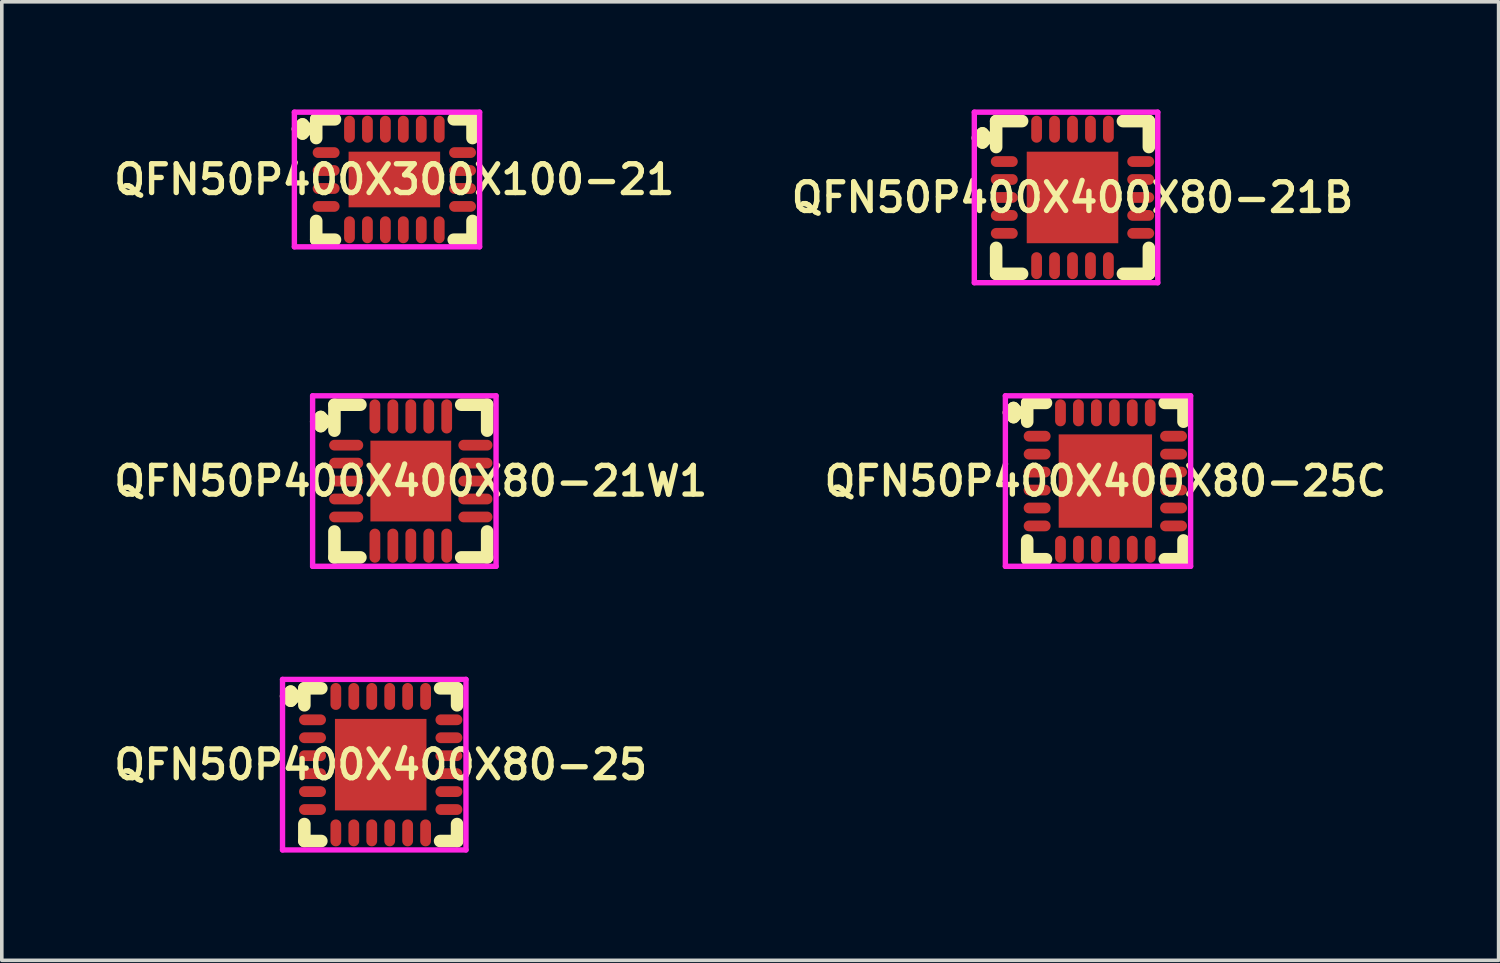
<source format=kicad_pcb>
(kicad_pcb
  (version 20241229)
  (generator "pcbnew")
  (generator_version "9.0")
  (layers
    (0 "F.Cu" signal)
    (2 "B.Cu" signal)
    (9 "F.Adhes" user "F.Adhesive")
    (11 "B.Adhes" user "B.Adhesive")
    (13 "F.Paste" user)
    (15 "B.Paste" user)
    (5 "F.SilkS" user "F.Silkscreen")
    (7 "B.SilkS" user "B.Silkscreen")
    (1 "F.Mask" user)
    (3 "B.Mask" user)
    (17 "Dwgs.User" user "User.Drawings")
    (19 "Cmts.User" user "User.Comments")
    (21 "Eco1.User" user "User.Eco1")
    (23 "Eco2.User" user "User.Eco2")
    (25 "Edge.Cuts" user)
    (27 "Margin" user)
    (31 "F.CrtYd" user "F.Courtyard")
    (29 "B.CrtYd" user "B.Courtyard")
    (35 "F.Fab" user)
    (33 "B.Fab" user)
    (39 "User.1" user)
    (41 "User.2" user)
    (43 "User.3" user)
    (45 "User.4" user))
  (footprint "QFN50P400X400X80-25"
    (layer "F.Cu")
    (at 7.555 18.25)
    (property "Reference" "QFN50P400X400X80-25" (at 0 0 0) (layer "F.SilkS") (effects (font (size 0.8 0.8) (thickness 0.15))))
    (attr smd)
    (fp_line (start -2.635 -1.908) (end -2.508 -2.035) (stroke (width 0.35) (type solid)) (layer "F.SilkS"))
    (fp_line (start -2.508 -2.035) (end -2.381 -1.908) (stroke (width 0.35) (type solid)) (layer "F.SilkS"))
    (fp_line (start -2.508 -1.781) (end -2.635 -1.908) (stroke (width 0.35) (type solid)) (layer "F.SilkS"))
    (fp_line (start -2.381 -1.908) (end -2.508 -1.781) (stroke (width 0.35) (type solid)) (layer "F.SilkS"))
    (fp_line (start -2.127 -2.127) (end -1.654 -2.127) (stroke (width 0.35) (type solid)) (layer "F.SilkS"))
    (fp_line (start -2.127 -1.654) (end -2.127 -2.127) (stroke (width 0.35) (type solid)) (layer "F.SilkS"))
    (fp_line (start -2.127 1.654) (end -2.127 2.127) (stroke (width 0.35) (type solid)) (layer "F.SilkS"))
    (fp_line (start -2.127 2.127) (end -1.654 2.127) (stroke (width 0.35) (type solid)) (layer "F.SilkS"))
    (fp_line (start 1.654 -2.127) (end 2.127 -2.127) (stroke (width 0.35) (type solid)) (layer "F.SilkS"))
    (fp_line (start 1.654 2.127) (end 2.127 2.127) (stroke (width 0.35) (type solid)) (layer "F.SilkS"))
    (fp_line (start 2.127 -2.127) (end 2.127 -1.654) (stroke (width 0.35) (type solid)) (layer "F.SilkS"))
    (fp_line (start 2.127 2.127) (end 2.127 1.654) (stroke (width 0.35) (type solid)) (layer "F.SilkS"))
    (fp_line (start -2.735 -2.375) (end 2.375 -2.375) (stroke (width 0.15) (type solid)) (layer "F.CrtYd"))
    (fp_line (start -2.735 2.375) (end -2.735 -2.375) (stroke (width 0.15) (type solid)) (layer "F.CrtYd"))
    (fp_line (start 2.375 -2.375) (end 2.375 2.375) (stroke (width 0.15) (type solid)) (layer "F.CrtYd"))
    (fp_line (start 2.375 2.375) (end -2.735 2.375) (stroke (width 0.15) (type solid)) (layer "F.CrtYd"))
    (pad "1" smd oval (at -1.9 -1.25) (size 0.75 0.3) (layers "F.Cu" "F.Mask" "F.Paste"))
    (pad "2" smd oval (at -1.9 -0.75) (size 0.75 0.3) (layers "F.Cu" "F.Mask" "F.Paste"))
    (pad "3" smd oval (at -1.9 -0.25) (size 0.75 0.3) (layers "F.Cu" "F.Mask" "F.Paste"))
    (pad "4" smd oval (at -1.9 0.25) (size 0.75 0.3) (layers "F.Cu" "F.Mask" "F.Paste"))
    (pad "5" smd oval (at -1.9 0.75) (size 0.75 0.3) (layers "F.Cu" "F.Mask" "F.Paste"))
    (pad "6" smd oval (at -1.9 1.25) (size 0.75 0.3) (layers "F.Cu" "F.Mask" "F.Paste"))
    (pad "7" smd oval (at -1.25 1.9) (size 0.3 0.75) (layers "F.Cu" "F.Mask" "F.Paste"))
    (pad "8" smd oval (at -0.75 1.9) (size 0.3 0.75) (layers "F.Cu" "F.Mask" "F.Paste"))
    (pad "9" smd oval (at -0.25 1.9) (size 0.3 0.75) (layers "F.Cu" "F.Mask" "F.Paste"))
    (pad "10" smd oval (at 0.25 1.9) (size 0.3 0.75) (layers "F.Cu" "F.Mask" "F.Paste"))
    (pad "11" smd oval (at 0.75 1.9) (size 0.3 0.75) (layers "F.Cu" "F.Mask" "F.Paste"))
    (pad "12" smd oval (at 1.25 1.9) (size 0.3 0.75) (layers "F.Cu" "F.Mask" "F.Paste"))
    (pad "13" smd oval (at 1.9 1.25) (size 0.75 0.3) (layers "F.Cu" "F.Mask" "F.Paste"))
    (pad "14" smd oval (at 1.9 0.75) (size 0.75 0.3) (layers "F.Cu" "F.Mask" "F.Paste"))
    (pad "15" smd oval (at 1.9 0.25) (size 0.75 0.3) (layers "F.Cu" "F.Mask" "F.Paste"))
    (pad "16" smd oval (at 1.9 -0.25) (size 0.75 0.3) (layers "F.Cu" "F.Mask" "F.Paste"))
    (pad "17" smd oval (at 1.9 -0.75) (size 0.75 0.3) (layers "F.Cu" "F.Mask" "F.Paste"))
    (pad "18" smd oval (at 1.9 -1.25) (size 0.75 0.3) (layers "F.Cu" "F.Mask" "F.Paste"))
    (pad "19" smd oval (at 1.25 -1.9) (size 0.3 0.75) (layers "F.Cu" "F.Mask" "F.Paste"))
    (pad "20" smd oval (at 0.75 -1.9) (size 0.3 0.75) (layers "F.Cu" "F.Mask" "F.Paste"))
    (pad "21" smd oval (at 0.25 -1.9) (size 0.3 0.75) (layers "F.Cu" "F.Mask" "F.Paste"))
    (pad "22" smd oval (at -0.25 -1.9) (size 0.3 0.75) (layers "F.Cu" "F.Mask" "F.Paste"))
    (pad "23" smd oval (at -0.75 -1.9) (size 0.3 0.75) (layers "F.Cu" "F.Mask" "F.Paste"))
    (pad "24" smd oval (at -1.25 -1.9) (size 0.3 0.75) (layers "F.Cu" "F.Mask" "F.Paste"))
    (pad "25" smd rect (at 0 0) (size 2.55 2.55) (layers "F.Cu" "F.Mask" "F.Paste")))
  (footprint "QFN50P400X400X80-25C"
    (layer "F.Cu")
    (at 27.74 10.35)
    (property "Reference" "QFN50P400X400X80-25C" (at 0 0 0) (layer "F.SilkS") (effects (font (size 0.8 0.8) (thickness 0.15))))
    (attr smd)
    (fp_line (start -2.685 -1.908) (end -2.558 -2.035) (stroke (width 0.35) (type solid)) (layer "F.SilkS"))
    (fp_line (start -2.558 -2.035) (end -2.431 -1.908) (stroke (width 0.35) (type solid)) (layer "F.SilkS"))
    (fp_line (start -2.558 -1.781) (end -2.685 -1.908) (stroke (width 0.35) (type solid)) (layer "F.SilkS"))
    (fp_line (start -2.431 -1.908) (end -2.558 -1.781) (stroke (width 0.35) (type solid)) (layer "F.SilkS"))
    (fp_line (start -2.177 -2.177) (end -1.654 -2.177) (stroke (width 0.35) (type solid)) (layer "F.SilkS"))
    (fp_line (start -2.177 -1.654) (end -2.177 -2.177) (stroke (width 0.35) (type solid)) (layer "F.SilkS"))
    (fp_line (start -2.177 1.654) (end -2.177 2.177) (stroke (width 0.35) (type solid)) (layer "F.SilkS"))
    (fp_line (start -2.177 2.177) (end -1.654 2.177) (stroke (width 0.35) (type solid)) (layer "F.SilkS"))
    (fp_line (start 1.654 -2.177) (end 2.177 -2.177) (stroke (width 0.35) (type solid)) (layer "F.SilkS"))
    (fp_line (start 1.654 2.177) (end 2.177 2.177) (stroke (width 0.35) (type solid)) (layer "F.SilkS"))
    (fp_line (start 2.177 -2.177) (end 2.177 -1.654) (stroke (width 0.35) (type solid)) (layer "F.SilkS"))
    (fp_line (start 2.177 2.177) (end 2.177 1.654) (stroke (width 0.35) (type solid)) (layer "F.SilkS"))
    (fp_line (start -2.785 -2.375) (end 2.375 -2.375) (stroke (width 0.15) (type solid)) (layer "F.CrtYd"))
    (fp_line (start -2.785 2.375) (end -2.785 -2.375) (stroke (width 0.15) (type solid)) (layer "F.CrtYd"))
    (fp_line (start 2.375 -2.375) (end 2.375 2.375) (stroke (width 0.15) (type solid)) (layer "F.CrtYd"))
    (fp_line (start 2.375 2.375) (end -2.785 2.375) (stroke (width 0.15) (type solid)) (layer "F.CrtYd"))
    (pad "1" smd oval (at -1.9 -1.25) (size 0.75 0.3) (layers "F.Cu" "F.Mask" "F.Paste"))
    (pad "2" smd oval (at -1.9 -0.75) (size 0.75 0.3) (layers "F.Cu" "F.Mask" "F.Paste"))
    (pad "3" smd oval (at -1.9 -0.25) (size 0.75 0.3) (layers "F.Cu" "F.Mask" "F.Paste"))
    (pad "4" smd oval (at -1.9 0.25) (size 0.75 0.3) (layers "F.Cu" "F.Mask" "F.Paste"))
    (pad "5" smd oval (at -1.9 0.75) (size 0.75 0.3) (layers "F.Cu" "F.Mask" "F.Paste"))
    (pad "6" smd oval (at -1.9 1.25) (size 0.75 0.3) (layers "F.Cu" "F.Mask" "F.Paste"))
    (pad "7" smd oval (at -1.25 1.9) (size 0.3 0.75) (layers "F.Cu" "F.Mask" "F.Paste"))
    (pad "8" smd oval (at -0.75 1.9) (size 0.3 0.75) (layers "F.Cu" "F.Mask" "F.Paste"))
    (pad "9" smd oval (at -0.25 1.9) (size 0.3 0.75) (layers "F.Cu" "F.Mask" "F.Paste"))
    (pad "10" smd oval (at 0.25 1.9) (size 0.3 0.75) (layers "F.Cu" "F.Mask" "F.Paste"))
    (pad "11" smd oval (at 0.75 1.9) (size 0.3 0.75) (layers "F.Cu" "F.Mask" "F.Paste"))
    (pad "12" smd oval (at 1.25 1.9) (size 0.3 0.75) (layers "F.Cu" "F.Mask" "F.Paste"))
    (pad "13" smd oval (at 1.9 1.25) (size 0.75 0.3) (layers "F.Cu" "F.Mask" "F.Paste"))
    (pad "14" smd oval (at 1.9 0.75) (size 0.75 0.3) (layers "F.Cu" "F.Mask" "F.Paste"))
    (pad "15" smd oval (at 1.9 0.25) (size 0.75 0.3) (layers "F.Cu" "F.Mask" "F.Paste"))
    (pad "16" smd oval (at 1.9 -0.25) (size 0.75 0.3) (layers "F.Cu" "F.Mask" "F.Paste"))
    (pad "17" smd oval (at 1.9 -0.75) (size 0.75 0.3) (layers "F.Cu" "F.Mask" "F.Paste"))
    (pad "18" smd oval (at 1.9 -1.25) (size 0.75 0.3) (layers "F.Cu" "F.Mask" "F.Paste"))
    (pad "19" smd oval (at 1.25 -1.9) (size 0.3 0.75) (layers "F.Cu" "F.Mask" "F.Paste"))
    (pad "20" smd oval (at 0.75 -1.9) (size 0.3 0.75) (layers "F.Cu" "F.Mask" "F.Paste"))
    (pad "21" smd oval (at 0.25 -1.9) (size 0.3 0.75) (layers "F.Cu" "F.Mask" "F.Paste"))
    (pad "22" smd oval (at -0.25 -1.9) (size 0.3 0.75) (layers "F.Cu" "F.Mask" "F.Paste"))
    (pad "23" smd oval (at -0.75 -1.9) (size 0.3 0.75) (layers "F.Cu" "F.Mask" "F.Paste"))
    (pad "24" smd oval (at -1.25 -1.9) (size 0.3 0.75) (layers "F.Cu" "F.Mask" "F.Paste"))
    (pad "25" smd rect (at 0 0) (size 2.6 2.6) (layers "F.Cu" "F.Mask" "F.Paste")))
  (footprint "QFN50P400X400X80-21W1"
    (layer "F.Cu")
    (at 8.393 10.35)
    (property "Reference" "QFN50P400X400X80-21W1" (at 0 0 0) (layer "F.SilkS") (effects (font (size 0.8 0.8) (thickness 0.15))))
    (attr smd)
    (fp_line (start -2.635 -1.658) (end -2.508 -1.785) (stroke (width 0.35) (type solid)) (layer "F.SilkS"))
    (fp_line (start -2.508 -1.785) (end -2.381 -1.658) (stroke (width 0.35) (type solid)) (layer "F.SilkS"))
    (fp_line (start -2.508 -1.531) (end -2.635 -1.658) (stroke (width 0.35) (type solid)) (layer "F.SilkS"))
    (fp_line (start -2.381 -1.658) (end -2.508 -1.531) (stroke (width 0.35) (type solid)) (layer "F.SilkS"))
    (fp_line (start -2.127 -2.127) (end -1.404 -2.127) (stroke (width 0.35) (type solid)) (layer "F.SilkS"))
    (fp_line (start -2.127 -1.404) (end -2.127 -2.127) (stroke (width 0.35) (type solid)) (layer "F.SilkS"))
    (fp_line (start -2.127 1.404) (end -2.127 2.127) (stroke (width 0.35) (type solid)) (layer "F.SilkS"))
    (fp_line (start -2.127 2.127) (end -1.404 2.127) (stroke (width 0.35) (type solid)) (layer "F.SilkS"))
    (fp_line (start 1.404 -2.127) (end 2.127 -2.127) (stroke (width 0.35) (type solid)) (layer "F.SilkS"))
    (fp_line (start 1.404 2.127) (end 2.127 2.127) (stroke (width 0.35) (type solid)) (layer "F.SilkS"))
    (fp_line (start 2.127 -2.127) (end 2.127 -1.404) (stroke (width 0.35) (type solid)) (layer "F.SilkS"))
    (fp_line (start 2.127 2.127) (end 2.127 1.404) (stroke (width 0.35) (type solid)) (layer "F.SilkS"))
    (fp_line (start -2.735 -2.375) (end 2.375 -2.375) (stroke (width 0.15) (type solid)) (layer "F.CrtYd"))
    (fp_line (start -2.735 2.375) (end -2.735 -2.375) (stroke (width 0.15) (type solid)) (layer "F.CrtYd"))
    (fp_line (start 2.375 -2.375) (end 2.375 2.375) (stroke (width 0.15) (type solid)) (layer "F.CrtYd"))
    (fp_line (start 2.375 2.375) (end -2.735 2.375) (stroke (width 0.15) (type solid)) (layer "F.CrtYd"))
    (pad "1" smd oval (at -1.8 -1) (size 0.95 0.3) (layers "F.Cu" "F.Mask" "F.Paste"))
    (pad "2" smd oval (at -1.8 -0.5) (size 0.95 0.3) (layers "F.Cu" "F.Mask" "F.Paste"))
    (pad "3" smd oval (at -1.8 0) (size 0.95 0.3) (layers "F.Cu" "F.Mask" "F.Paste"))
    (pad "4" smd oval (at -1.8 0.5) (size 0.95 0.3) (layers "F.Cu" "F.Mask" "F.Paste"))
    (pad "5" smd oval (at -1.8 1) (size 0.95 0.3) (layers "F.Cu" "F.Mask" "F.Paste"))
    (pad "6" smd oval (at -1 1.8) (size 0.3 0.95) (layers "F.Cu" "F.Mask" "F.Paste"))
    (pad "7" smd oval (at -0.5 1.8) (size 0.3 0.95) (layers "F.Cu" "F.Mask" "F.Paste"))
    (pad "8" smd oval (at 0 1.8) (size 0.3 0.95) (layers "F.Cu" "F.Mask" "F.Paste"))
    (pad "9" smd oval (at 0.5 1.8) (size 0.3 0.95) (layers "F.Cu" "F.Mask" "F.Paste"))
    (pad "10" smd oval (at 1 1.8) (size 0.3 0.95) (layers "F.Cu" "F.Mask" "F.Paste"))
    (pad "11" smd oval (at 1.8 1) (size 0.95 0.3) (layers "F.Cu" "F.Mask" "F.Paste"))
    (pad "12" smd oval (at 1.8 0.5) (size 0.95 0.3) (layers "F.Cu" "F.Mask" "F.Paste"))
    (pad "13" smd oval (at 1.8 0) (size 0.95 0.3) (layers "F.Cu" "F.Mask" "F.Paste"))
    (pad "14" smd oval (at 1.8 -0.5) (size 0.95 0.3) (layers "F.Cu" "F.Mask" "F.Paste"))
    (pad "15" smd oval (at 1.8 -1) (size 0.95 0.3) (layers "F.Cu" "F.Mask" "F.Paste"))
    (pad "16" smd oval (at 1 -1.8) (size 0.3 0.95) (layers "F.Cu" "F.Mask" "F.Paste"))
    (pad "17" smd oval (at 0.5 -1.8) (size 0.3 0.95) (layers "F.Cu" "F.Mask" "F.Paste"))
    (pad "18" smd oval (at 0 -1.8) (size 0.3 0.95) (layers "F.Cu" "F.Mask" "F.Paste"))
    (pad "19" smd oval (at -0.5 -1.8) (size 0.3 0.95) (layers "F.Cu" "F.Mask" "F.Paste"))
    (pad "20" smd oval (at -1 -1.8) (size 0.3 0.95) (layers "F.Cu" "F.Mask" "F.Paste"))
    (pad "21" smd rect (at 0 0) (size 2.25 2.25) (layers "F.Cu" "F.Mask" "F.Paste")))
  (footprint "QFN50P400X400X80-21B"
    (layer "F.Cu")
    (at 26.825 2.45)
    (property "Reference" "QFN50P400X400X80-21B" (at 0 0 0) (layer "F.SilkS") (effects (font (size 0.8 0.8) (thickness 0.15))))
    (attr smd)
    (fp_line (start -2.635 -1.658) (end -2.508 -1.785) (stroke (width 0.35) (type solid)) (layer "F.SilkS"))
    (fp_line (start -2.508 -1.785) (end -2.381 -1.658) (stroke (width 0.35) (type solid)) (layer "F.SilkS"))
    (fp_line (start -2.508 -1.531) (end -2.635 -1.658) (stroke (width 0.35) (type solid)) (layer "F.SilkS"))
    (fp_line (start -2.381 -1.658) (end -2.508 -1.531) (stroke (width 0.35) (type solid)) (layer "F.SilkS"))
    (fp_line (start -2.127 -2.127) (end -1.404 -2.127) (stroke (width 0.35) (type solid)) (layer "F.SilkS"))
    (fp_line (start -2.127 -1.404) (end -2.127 -2.127) (stroke (width 0.35) (type solid)) (layer "F.SilkS"))
    (fp_line (start -2.127 1.404) (end -2.127 2.127) (stroke (width 0.35) (type solid)) (layer "F.SilkS"))
    (fp_line (start -2.127 2.127) (end -1.404 2.127) (stroke (width 0.35) (type solid)) (layer "F.SilkS"))
    (fp_line (start 1.404 -2.127) (end 2.127 -2.127) (stroke (width 0.35) (type solid)) (layer "F.SilkS"))
    (fp_line (start 1.404 2.127) (end 2.127 2.127) (stroke (width 0.35) (type solid)) (layer "F.SilkS"))
    (fp_line (start 2.127 -2.127) (end 2.127 -1.404) (stroke (width 0.35) (type solid)) (layer "F.SilkS"))
    (fp_line (start 2.127 2.127) (end 2.127 1.404) (stroke (width 0.35) (type solid)) (layer "F.SilkS"))
    (fp_line (start -2.735 -2.375) (end 2.375 -2.375) (stroke (width 0.15) (type solid)) (layer "F.CrtYd"))
    (fp_line (start -2.735 2.375) (end -2.735 -2.375) (stroke (width 0.15) (type solid)) (layer "F.CrtYd"))
    (fp_line (start 2.375 -2.375) (end 2.375 2.375) (stroke (width 0.15) (type solid)) (layer "F.CrtYd"))
    (fp_line (start 2.375 2.375) (end -2.735 2.375) (stroke (width 0.15) (type solid)) (layer "F.CrtYd"))
    (pad "1" smd oval (at -1.9 -1) (size 0.75 0.3) (layers "F.Cu" "F.Mask" "F.Paste"))
    (pad "2" smd oval (at -1.9 -0.5) (size 0.75 0.3) (layers "F.Cu" "F.Mask" "F.Paste"))
    (pad "3" smd oval (at -1.9 0) (size 0.75 0.3) (layers "F.Cu" "F.Mask" "F.Paste"))
    (pad "4" smd oval (at -1.9 0.5) (size 0.75 0.3) (layers "F.Cu" "F.Mask" "F.Paste"))
    (pad "5" smd oval (at -1.9 1) (size 0.75 0.3) (layers "F.Cu" "F.Mask" "F.Paste"))
    (pad "6" smd oval (at -1 1.9) (size 0.3 0.75) (layers "F.Cu" "F.Mask" "F.Paste"))
    (pad "7" smd oval (at -0.5 1.9) (size 0.3 0.75) (layers "F.Cu" "F.Mask" "F.Paste"))
    (pad "8" smd oval (at 0 1.9) (size 0.3 0.75) (layers "F.Cu" "F.Mask" "F.Paste"))
    (pad "9" smd oval (at 0.5 1.9) (size 0.3 0.75) (layers "F.Cu" "F.Mask" "F.Paste"))
    (pad "10" smd oval (at 1 1.9) (size 0.3 0.75) (layers "F.Cu" "F.Mask" "F.Paste"))
    (pad "11" smd oval (at 1.9 1) (size 0.75 0.3) (layers "F.Cu" "F.Mask" "F.Paste"))
    (pad "12" smd oval (at 1.9 0.5) (size 0.75 0.3) (layers "F.Cu" "F.Mask" "F.Paste"))
    (pad "13" smd oval (at 1.9 0) (size 0.75 0.3) (layers "F.Cu" "F.Mask" "F.Paste"))
    (pad "14" smd oval (at 1.9 -0.5) (size 0.75 0.3) (layers "F.Cu" "F.Mask" "F.Paste"))
    (pad "15" smd oval (at 1.9 -1) (size 0.75 0.3) (layers "F.Cu" "F.Mask" "F.Paste"))
    (pad "16" smd oval (at 1 -1.9) (size 0.3 0.75) (layers "F.Cu" "F.Mask" "F.Paste"))
    (pad "17" smd oval (at 0.5 -1.9) (size 0.3 0.75) (layers "F.Cu" "F.Mask" "F.Paste"))
    (pad "18" smd oval (at 0 -1.9) (size 0.3 0.75) (layers "F.Cu" "F.Mask" "F.Paste"))
    (pad "19" smd oval (at -0.5 -1.9) (size 0.3 0.75) (layers "F.Cu" "F.Mask" "F.Paste"))
    (pad "20" smd oval (at -1 -1.9) (size 0.3 0.75) (layers "F.Cu" "F.Mask" "F.Paste"))
    (pad "21" smd rect (at 0 0) (size 2.55 2.55) (layers "F.Cu" "F.Mask" "F.Paste")))
  (footprint "QFN50P400X300X100-21"
    (layer "F.Cu")
    (at 7.935 1.95)
    (property "Reference" "QFN50P400X300X100-21" (at 0 0 0) (layer "F.SilkS") (effects (font (size 0.8 0.8) (thickness 0.15))))
    (attr smd)
    (fp_line (start -2.685 -1.408) (end -2.558 -1.535) (stroke (width 0.35) (type solid)) (layer "F.SilkS"))
    (fp_line (start -2.558 -1.535) (end -2.431 -1.408) (stroke (width 0.35) (type solid)) (layer "F.SilkS"))
    (fp_line (start -2.558 -1.281) (end -2.685 -1.408) (stroke (width 0.35) (type solid)) (layer "F.SilkS"))
    (fp_line (start -2.431 -1.408) (end -2.558 -1.281) (stroke (width 0.35) (type solid)) (layer "F.SilkS"))
    (fp_line (start -2.177 -1.677) (end -1.654 -1.677) (stroke (width 0.35) (type solid)) (layer "F.SilkS"))
    (fp_line (start -2.177 -1.154) (end -2.177 -1.677) (stroke (width 0.35) (type solid)) (layer "F.SilkS"))
    (fp_line (start -2.177 1.154) (end -2.177 1.677) (stroke (width 0.35) (type solid)) (layer "F.SilkS"))
    (fp_line (start -2.177 1.677) (end -1.654 1.677) (stroke (width 0.35) (type solid)) (layer "F.SilkS"))
    (fp_line (start 1.654 -1.677) (end 2.177 -1.677) (stroke (width 0.35) (type solid)) (layer "F.SilkS"))
    (fp_line (start 1.654 1.677) (end 2.177 1.677) (stroke (width 0.35) (type solid)) (layer "F.SilkS"))
    (fp_line (start 2.177 -1.677) (end 2.177 -1.154) (stroke (width 0.35) (type solid)) (layer "F.SilkS"))
    (fp_line (start 2.177 1.677) (end 2.177 1.154) (stroke (width 0.35) (type solid)) (layer "F.SilkS"))
    (fp_line (start -2.785 -1.875) (end 2.375 -1.875) (stroke (width 0.15) (type solid)) (layer "F.CrtYd"))
    (fp_line (start -2.785 1.875) (end -2.785 -1.875) (stroke (width 0.15) (type solid)) (layer "F.CrtYd"))
    (fp_line (start 2.375 -1.875) (end 2.375 1.875) (stroke (width 0.15) (type solid)) (layer "F.CrtYd"))
    (fp_line (start 2.375 1.875) (end -2.785 1.875) (stroke (width 0.15) (type solid)) (layer "F.CrtYd"))
    (pad "1" smd oval (at -1.9 -0.75) (size 0.75 0.3) (layers "F.Cu" "F.Mask" "F.Paste"))
    (pad "2" smd oval (at -1.9 -0.25) (size 0.75 0.3) (layers "F.Cu" "F.Mask" "F.Paste"))
    (pad "3" smd oval (at -1.9 0.25) (size 0.75 0.3) (layers "F.Cu" "F.Mask" "F.Paste"))
    (pad "4" smd oval (at -1.9 0.75) (size 0.75 0.3) (layers "F.Cu" "F.Mask" "F.Paste"))
    (pad "5" smd oval (at -1.25 1.4) (size 0.3 0.75) (layers "F.Cu" "F.Mask" "F.Paste"))
    (pad "6" smd oval (at -0.75 1.4) (size 0.3 0.75) (layers "F.Cu" "F.Mask" "F.Paste"))
    (pad "7" smd oval (at -0.25 1.4) (size 0.3 0.75) (layers "F.Cu" "F.Mask" "F.Paste"))
    (pad "8" smd oval (at 0.25 1.4) (size 0.3 0.75) (layers "F.Cu" "F.Mask" "F.Paste"))
    (pad "9" smd oval (at 0.75 1.4) (size 0.3 0.75) (layers "F.Cu" "F.Mask" "F.Paste"))
    (pad "10" smd oval (at 1.25 1.4) (size 0.3 0.75) (layers "F.Cu" "F.Mask" "F.Paste"))
    (pad "11" smd oval (at 1.9 0.75) (size 0.75 0.3) (layers "F.Cu" "F.Mask" "F.Paste"))
    (pad "12" smd oval (at 1.9 0.25) (size 0.75 0.3) (layers "F.Cu" "F.Mask" "F.Paste"))
    (pad "13" smd oval (at 1.9 -0.25) (size 0.75 0.3) (layers "F.Cu" "F.Mask" "F.Paste"))
    (pad "14" smd oval (at 1.9 -0.75) (size 0.75 0.3) (layers "F.Cu" "F.Mask" "F.Paste"))
    (pad "15" smd oval (at 1.25 -1.4) (size 0.3 0.75) (layers "F.Cu" "F.Mask" "F.Paste"))
    (pad "16" smd oval (at 0.75 -1.4) (size 0.3 0.75) (layers "F.Cu" "F.Mask" "F.Paste"))
    (pad "17" smd oval (at 0.25 -1.4) (size 0.3 0.75) (layers "F.Cu" "F.Mask" "F.Paste"))
    (pad "18" smd oval (at -0.25 -1.4) (size 0.3 0.75) (layers "F.Cu" "F.Mask" "F.Paste"))
    (pad "19" smd oval (at -0.75 -1.4) (size 0.3 0.75) (layers "F.Cu" "F.Mask" "F.Paste"))
    (pad "20" smd oval (at -1.25 -1.4) (size 0.3 0.75) (layers "F.Cu" "F.Mask" "F.Paste"))
    (pad "21" smd rect (at 0 0) (size 2.55 1.55) (layers "F.Cu" "F.Mask" "F.Paste")))
  (gr_rect
    (start -3 -3)
    (end 38.694 23.7)
    (stroke (width 0.1) (type default))
    (fill no)
    (layer "Edge.Cuts")))
</source>
